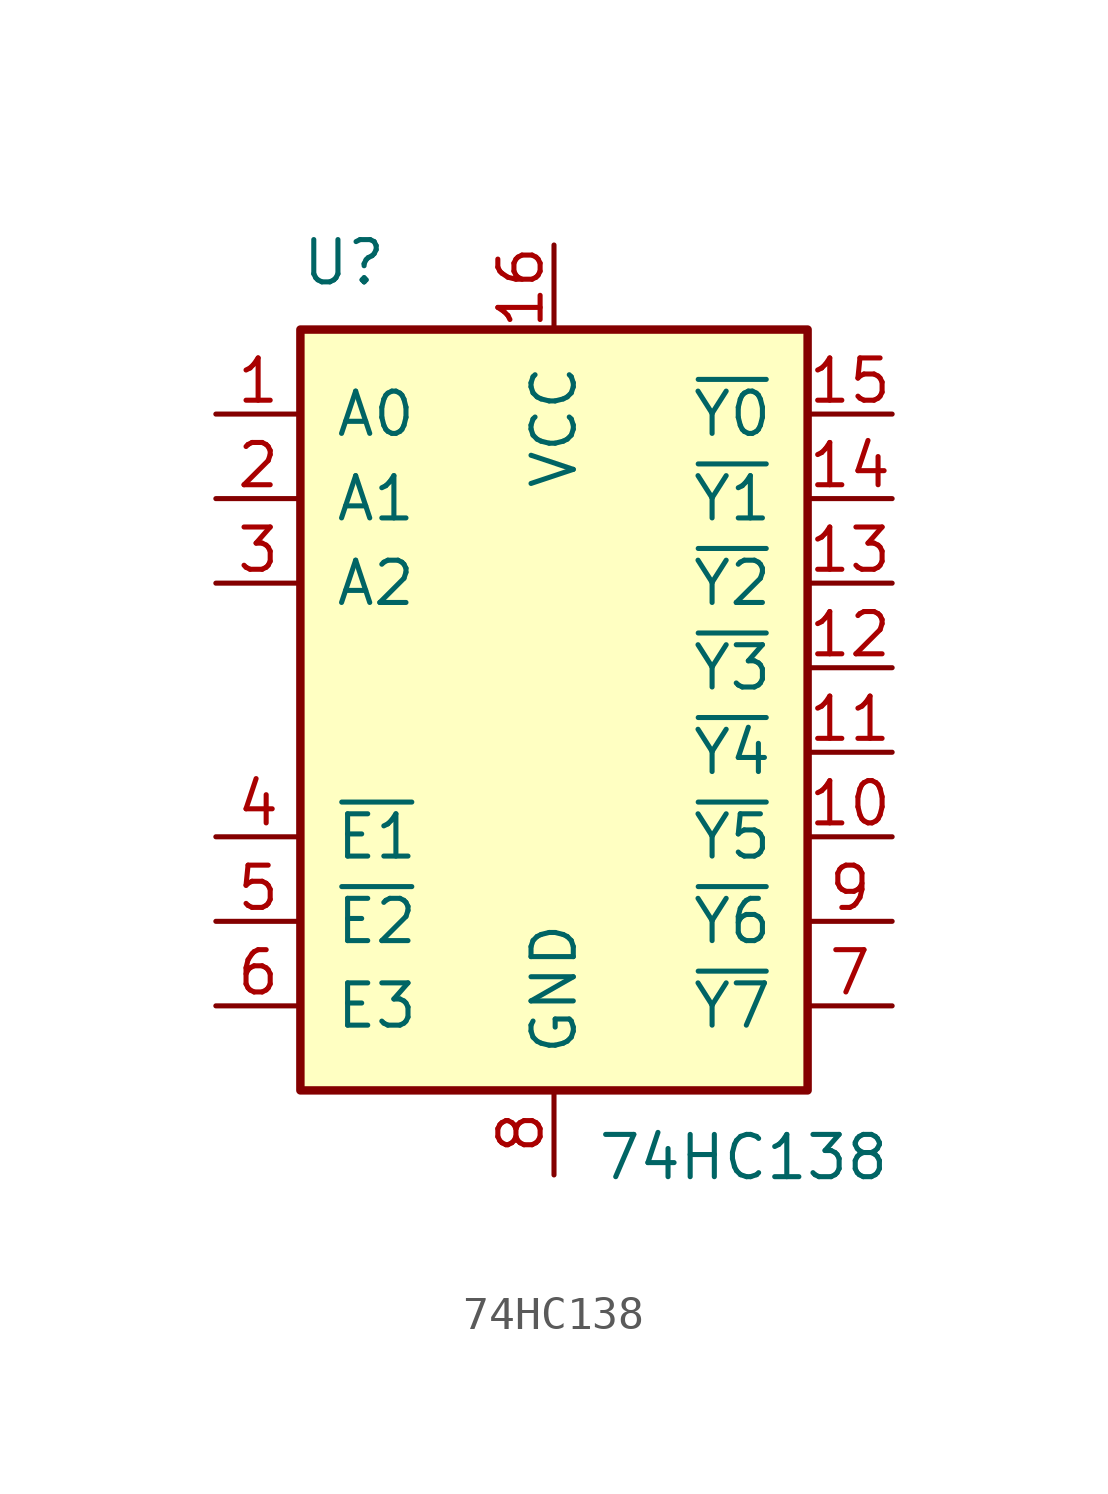
<source format=kicad_sym>
(kicad_symbol_lib
  (version 20211014)
  (generator kicad_symbol_editor)
  (symbol "74HC138"
    (pin_names
      (offset 1.016))
    (property "Reference" "U"
      (at -7.62 13.97 0)
      (effects (font (size 1.27 1.27)) (justify left bottom)))
    (property "Value" "74HC138"
      (at 1.27 -11.43 0)
      (effects (font (size 1.27 1.27)) (justify left top)))
    (symbol "74HC138_1_1"
      (rectangle (start -7.62 12.7) (end 7.62 -10.16) (stroke (width 0.254) (type default) (color 0 0 0 0)) (fill (type background)))
      (pin input line (at -10.16 10.16 0) (length 2.54) (name "A0" (effects (font (size 1.27 1.27)))) (number "1" (effects (font (size 1.27 1.27)))))
      (pin output line (at 10.16 -2.54 180) (length 2.54) (name "~{Y5}" (effects (font (size 1.27 1.27)))) (number "10" (effects (font (size 1.27 1.27)))))
      (pin output line (at 10.16 0 180) (length 2.54) (name "~{Y4}" (effects (font (size 1.27 1.27)))) (number "11" (effects (font (size 1.27 1.27)))))
      (pin output line (at 10.16 2.54 180) (length 2.54) (name "~{Y3}" (effects (font (size 1.27 1.27)))) (number "12" (effects (font (size 1.27 1.27)))))
      (pin output line (at 10.16 5.08 180) (length 2.54) (name "~{Y2}" (effects (font (size 1.27 1.27)))) (number "13" (effects (font (size 1.27 1.27)))))
      (pin output line (at 10.16 7.62 180) (length 2.54) (name "~{Y1}" (effects (font (size 1.27 1.27)))) (number "14" (effects (font (size 1.27 1.27)))))
      (pin output line (at 10.16 10.16 180) (length 2.54) (name "~{Y0}" (effects (font (size 1.27 1.27)))) (number "15" (effects (font (size 1.27 1.27)))))
      (pin power_in line (at 0 15.24 270) (length 2.54) (name "VCC" (effects (font (size 1.27 1.27)))) (number "16" (effects (font (size 1.27 1.27)))))
      (pin input line (at -10.16 7.62 0) (length 2.54) (name "A1" (effects (font (size 1.27 1.27)))) (number "2" (effects (font (size 1.27 1.27)))))
      (pin input line (at -10.16 5.08 0) (length 2.54) (name "A2" (effects (font (size 1.27 1.27)))) (number "3" (effects (font (size 1.27 1.27)))))
      (pin input line (at -10.16 -2.54 0) (length 2.54) (name "~{E1}" (effects (font (size 1.27 1.27)))) (number "4" (effects (font (size 1.27 1.27)))))
      (pin input line (at -10.16 -5.08 0) (length 2.54) (name "~{E2}" (effects (font (size 1.27 1.27)))) (number "5" (effects (font (size 1.27 1.27)))))
      (pin input line (at -10.16 -7.62 0) (length 2.54) (name "E3" (effects (font (size 1.27 1.27)))) (number "6" (effects (font (size 1.27 1.27)))))
      (pin output line (at 10.16 -7.62 180) (length 2.54) (name "~{Y7}" (effects (font (size 1.27 1.27)))) (number "7" (effects (font (size 1.27 1.27)))))
      (pin power_in line (at 0 -12.7 90) (length 2.54) (name "GND" (effects (font (size 1.27 1.27)))) (number "8" (effects (font (size 1.27 1.27)))))
      (pin output line (at 10.16 -5.08 180) (length 2.54) (name "~{Y6}" (effects (font (size 1.27 1.27)))) (number "9" (effects (font (size 1.27 1.27))))))))
</source>
